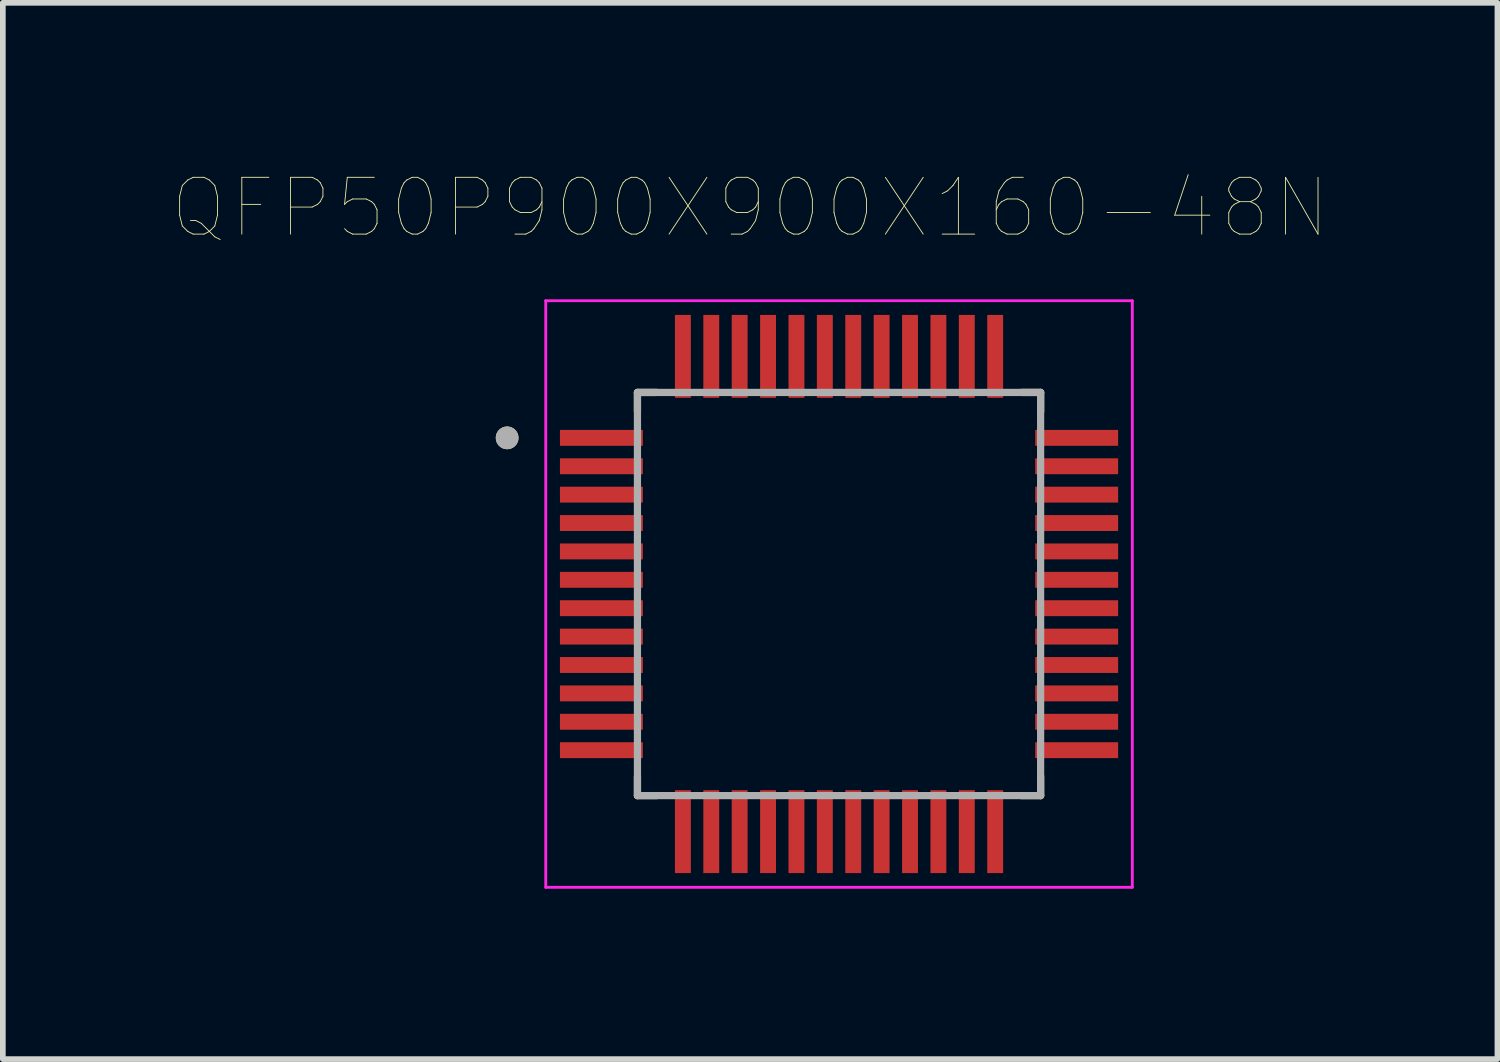
<source format=kicad_pcb>
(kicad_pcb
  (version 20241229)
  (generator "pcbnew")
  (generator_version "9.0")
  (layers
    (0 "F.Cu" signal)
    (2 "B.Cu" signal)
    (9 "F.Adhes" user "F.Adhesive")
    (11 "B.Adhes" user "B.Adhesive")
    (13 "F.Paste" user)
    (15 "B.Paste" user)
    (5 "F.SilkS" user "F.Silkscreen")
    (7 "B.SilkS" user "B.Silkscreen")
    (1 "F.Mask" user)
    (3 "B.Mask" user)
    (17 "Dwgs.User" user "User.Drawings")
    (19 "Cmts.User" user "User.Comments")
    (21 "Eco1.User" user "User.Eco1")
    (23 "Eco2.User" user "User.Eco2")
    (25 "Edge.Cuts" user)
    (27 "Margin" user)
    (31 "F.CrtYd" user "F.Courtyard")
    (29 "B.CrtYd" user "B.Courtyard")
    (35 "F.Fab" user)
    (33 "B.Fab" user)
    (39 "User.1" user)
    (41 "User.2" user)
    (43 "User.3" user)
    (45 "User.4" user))
  (footprint "QFP50P900X900X160-48N"
    (layer "F.Cu")
    (at 11.726 7.411)
    (property "Reference" "QFP50P900X900X160-48N" (at -1.565 -6.8 0) (layer "F.SilkS") (effects (font (size 1 1) (thickness 0.015))))
    (attr through_hole)
    (fp_line (start -3.55 -3.55) (end -3.55 -3.21) (stroke (width 0.127) (type solid)) (layer "F.SilkS"))
    (fp_line (start -3.55 -3.55) (end -3.21 -3.55) (stroke (width 0.127) (type solid)) (layer "F.SilkS"))
    (fp_line (start -3.55 3.55) (end -3.55 3.21) (stroke (width 0.127) (type solid)) (layer "F.SilkS"))
    (fp_line (start -3.55 3.55) (end -3.21 3.55) (stroke (width 0.127) (type solid)) (layer "F.SilkS"))
    (fp_line (start 3.55 -3.55) (end 3.21 -3.55) (stroke (width 0.127) (type solid)) (layer "F.SilkS"))
    (fp_line (start 3.55 -3.55) (end 3.55 -3.21) (stroke (width 0.127) (type solid)) (layer "F.SilkS"))
    (fp_line (start 3.55 3.55) (end 3.21 3.55) (stroke (width 0.127) (type solid)) (layer "F.SilkS"))
    (fp_line (start 3.55 3.55) (end 3.55 3.21) (stroke (width 0.127) (type solid)) (layer "F.SilkS"))
    (fp_circle (center -5.845 -2.75) (end -5.745 -2.75) (stroke (width 0.2) (type solid)) (fill no) (layer "F.SilkS"))
    (fp_line (start -5.165 -5.165) (end 5.165 -5.165) (stroke (width 0.05) (type solid)) (layer "F.CrtYd"))
    (fp_line (start -5.165 5.165) (end -5.165 -5.165) (stroke (width 0.05) (type solid)) (layer "F.CrtYd"))
    (fp_line (start -5.165 5.165) (end 5.165 5.165) (stroke (width 0.05) (type solid)) (layer "F.CrtYd"))
    (fp_line (start 5.165 5.165) (end 5.165 -5.165) (stroke (width 0.05) (type solid)) (layer "F.CrtYd"))
    (fp_line (start -3.55 3.55) (end -3.55 -3.55) (stroke (width 0.127) (type solid)) (layer "F.Fab"))
    (fp_line (start 3.55 -3.55) (end -3.55 -3.55) (stroke (width 0.127) (type solid)) (layer "F.Fab"))
    (fp_line (start 3.55 3.55) (end -3.55 3.55) (stroke (width 0.127) (type solid)) (layer "F.Fab"))
    (fp_line (start 3.55 3.55) (end 3.55 -3.55) (stroke (width 0.127) (type solid)) (layer "F.Fab"))
    (fp_circle (center -5.845 -2.75) (end -5.745 -2.75) (stroke (width 0.2) (type solid)) (fill no) (layer "F.Fab"))
    (pad "1" smd rect (at -4.185 -2.75) (size 1.46 0.28) (layers "F.Cu" "F.Mask" "F.Paste"))
    (pad "2" smd rect (at -4.185 -2.25) (size 1.46 0.28) (layers "F.Cu" "F.Mask" "F.Paste"))
    (pad "3" smd rect (at -4.185 -1.75) (size 1.46 0.28) (layers "F.Cu" "F.Mask" "F.Paste"))
    (pad "4" smd rect (at -4.185 -1.25) (size 1.46 0.28) (layers "F.Cu" "F.Mask" "F.Paste"))
    (pad "5" smd rect (at -4.185 -0.75) (size 1.46 0.28) (layers "F.Cu" "F.Mask" "F.Paste"))
    (pad "6" smd rect (at -4.185 -0.25) (size 1.46 0.28) (layers "F.Cu" "F.Mask" "F.Paste"))
    (pad "7" smd rect (at -4.185 0.25) (size 1.46 0.28) (layers "F.Cu" "F.Mask" "F.Paste"))
    (pad "8" smd rect (at -4.185 0.75) (size 1.46 0.28) (layers "F.Cu" "F.Mask" "F.Paste"))
    (pad "9" smd rect (at -4.185 1.25) (size 1.46 0.28) (layers "F.Cu" "F.Mask" "F.Paste"))
    (pad "10" smd rect (at -4.185 1.75) (size 1.46 0.28) (layers "F.Cu" "F.Mask" "F.Paste"))
    (pad "11" smd rect (at -4.185 2.25) (size 1.46 0.28) (layers "F.Cu" "F.Mask" "F.Paste"))
    (pad "12" smd rect (at -4.185 2.75) (size 1.46 0.28) (layers "F.Cu" "F.Mask" "F.Paste"))
    (pad "13" smd rect (at -2.75 4.185) (size 0.28 1.46) (layers "F.Cu" "F.Mask" "F.Paste"))
    (pad "14" smd rect (at -2.25 4.185) (size 0.28 1.46) (layers "F.Cu" "F.Mask" "F.Paste"))
    (pad "15" smd rect (at -1.75 4.185) (size 0.28 1.46) (layers "F.Cu" "F.Mask" "F.Paste"))
    (pad "16" smd rect (at -1.25 4.185) (size 0.28 1.46) (layers "F.Cu" "F.Mask" "F.Paste"))
    (pad "17" smd rect (at -0.75 4.185) (size 0.28 1.46) (layers "F.Cu" "F.Mask" "F.Paste"))
    (pad "18" smd rect (at -0.25 4.185) (size 0.28 1.46) (layers "F.Cu" "F.Mask" "F.Paste"))
    (pad "19" smd rect (at 0.25 4.185) (size 0.28 1.46) (layers "F.Cu" "F.Mask" "F.Paste"))
    (pad "20" smd rect (at 0.75 4.185) (size 0.28 1.46) (layers "F.Cu" "F.Mask" "F.Paste"))
    (pad "21" smd rect (at 1.25 4.185) (size 0.28 1.46) (layers "F.Cu" "F.Mask" "F.Paste"))
    (pad "22" smd rect (at 1.75 4.185) (size 0.28 1.46) (layers "F.Cu" "F.Mask" "F.Paste"))
    (pad "23" smd rect (at 2.25 4.185) (size 0.28 1.46) (layers "F.Cu" "F.Mask" "F.Paste"))
    (pad "24" smd rect (at 2.75 4.185) (size 0.28 1.46) (layers "F.Cu" "F.Mask" "F.Paste"))
    (pad "25" smd rect (at 4.185 2.75) (size 1.46 0.28) (layers "F.Cu" "F.Mask" "F.Paste"))
    (pad "26" smd rect (at 4.185 2.25) (size 1.46 0.28) (layers "F.Cu" "F.Mask" "F.Paste"))
    (pad "27" smd rect (at 4.185 1.75) (size 1.46 0.28) (layers "F.Cu" "F.Mask" "F.Paste"))
    (pad "28" smd rect (at 4.185 1.25) (size 1.46 0.28) (layers "F.Cu" "F.Mask" "F.Paste"))
    (pad "29" smd rect (at 4.185 0.75) (size 1.46 0.28) (layers "F.Cu" "F.Mask" "F.Paste"))
    (pad "30" smd rect (at 4.185 0.25) (size 1.46 0.28) (layers "F.Cu" "F.Mask" "F.Paste"))
    (pad "31" smd rect (at 4.185 -0.25) (size 1.46 0.28) (layers "F.Cu" "F.Mask" "F.Paste"))
    (pad "32" smd rect (at 4.185 -0.75) (size 1.46 0.28) (layers "F.Cu" "F.Mask" "F.Paste"))
    (pad "33" smd rect (at 4.185 -1.25) (size 1.46 0.28) (layers "F.Cu" "F.Mask" "F.Paste"))
    (pad "34" smd rect (at 4.185 -1.75) (size 1.46 0.28) (layers "F.Cu" "F.Mask" "F.Paste"))
    (pad "35" smd rect (at 4.185 -2.25) (size 1.46 0.28) (layers "F.Cu" "F.Mask" "F.Paste"))
    (pad "36" smd rect (at 4.185 -2.75) (size 1.46 0.28) (layers "F.Cu" "F.Mask" "F.Paste"))
    (pad "37" smd rect (at 2.75 -4.185) (size 0.28 1.46) (layers "F.Cu" "F.Mask" "F.Paste"))
    (pad "38" smd rect (at 2.25 -4.185) (size 0.28 1.46) (layers "F.Cu" "F.Mask" "F.Paste"))
    (pad "39" smd rect (at 1.75 -4.185) (size 0.28 1.46) (layers "F.Cu" "F.Mask" "F.Paste"))
    (pad "40" smd rect (at 1.25 -4.185) (size 0.28 1.46) (layers "F.Cu" "F.Mask" "F.Paste"))
    (pad "41" smd rect (at 0.75 -4.185) (size 0.28 1.46) (layers "F.Cu" "F.Mask" "F.Paste"))
    (pad "42" smd rect (at 0.25 -4.185) (size 0.28 1.46) (layers "F.Cu" "F.Mask" "F.Paste"))
    (pad "43" smd rect (at -0.25 -4.185) (size 0.28 1.46) (layers "F.Cu" "F.Mask" "F.Paste"))
    (pad "44" smd rect (at -0.75 -4.185) (size 0.28 1.46) (layers "F.Cu" "F.Mask" "F.Paste"))
    (pad "45" smd rect (at -1.25 -4.185) (size 0.28 1.46) (layers "F.Cu" "F.Mask" "F.Paste"))
    (pad "46" smd rect (at -1.75 -4.185) (size 0.28 1.46) (layers "F.Cu" "F.Mask" "F.Paste"))
    (pad "47" smd rect (at -2.25 -4.185) (size 0.28 1.46) (layers "F.Cu" "F.Mask" "F.Paste"))
    (pad "48" smd rect (at -2.75 -4.185) (size 0.28 1.46) (layers "F.Cu" "F.Mask" "F.Paste")))
  (gr_rect
    (start -3 -3)
    (end 23.321 15.601)
    (stroke (width 0.1) (type default))
    (fill no)
    (layer "Edge.Cuts")))
</source>
